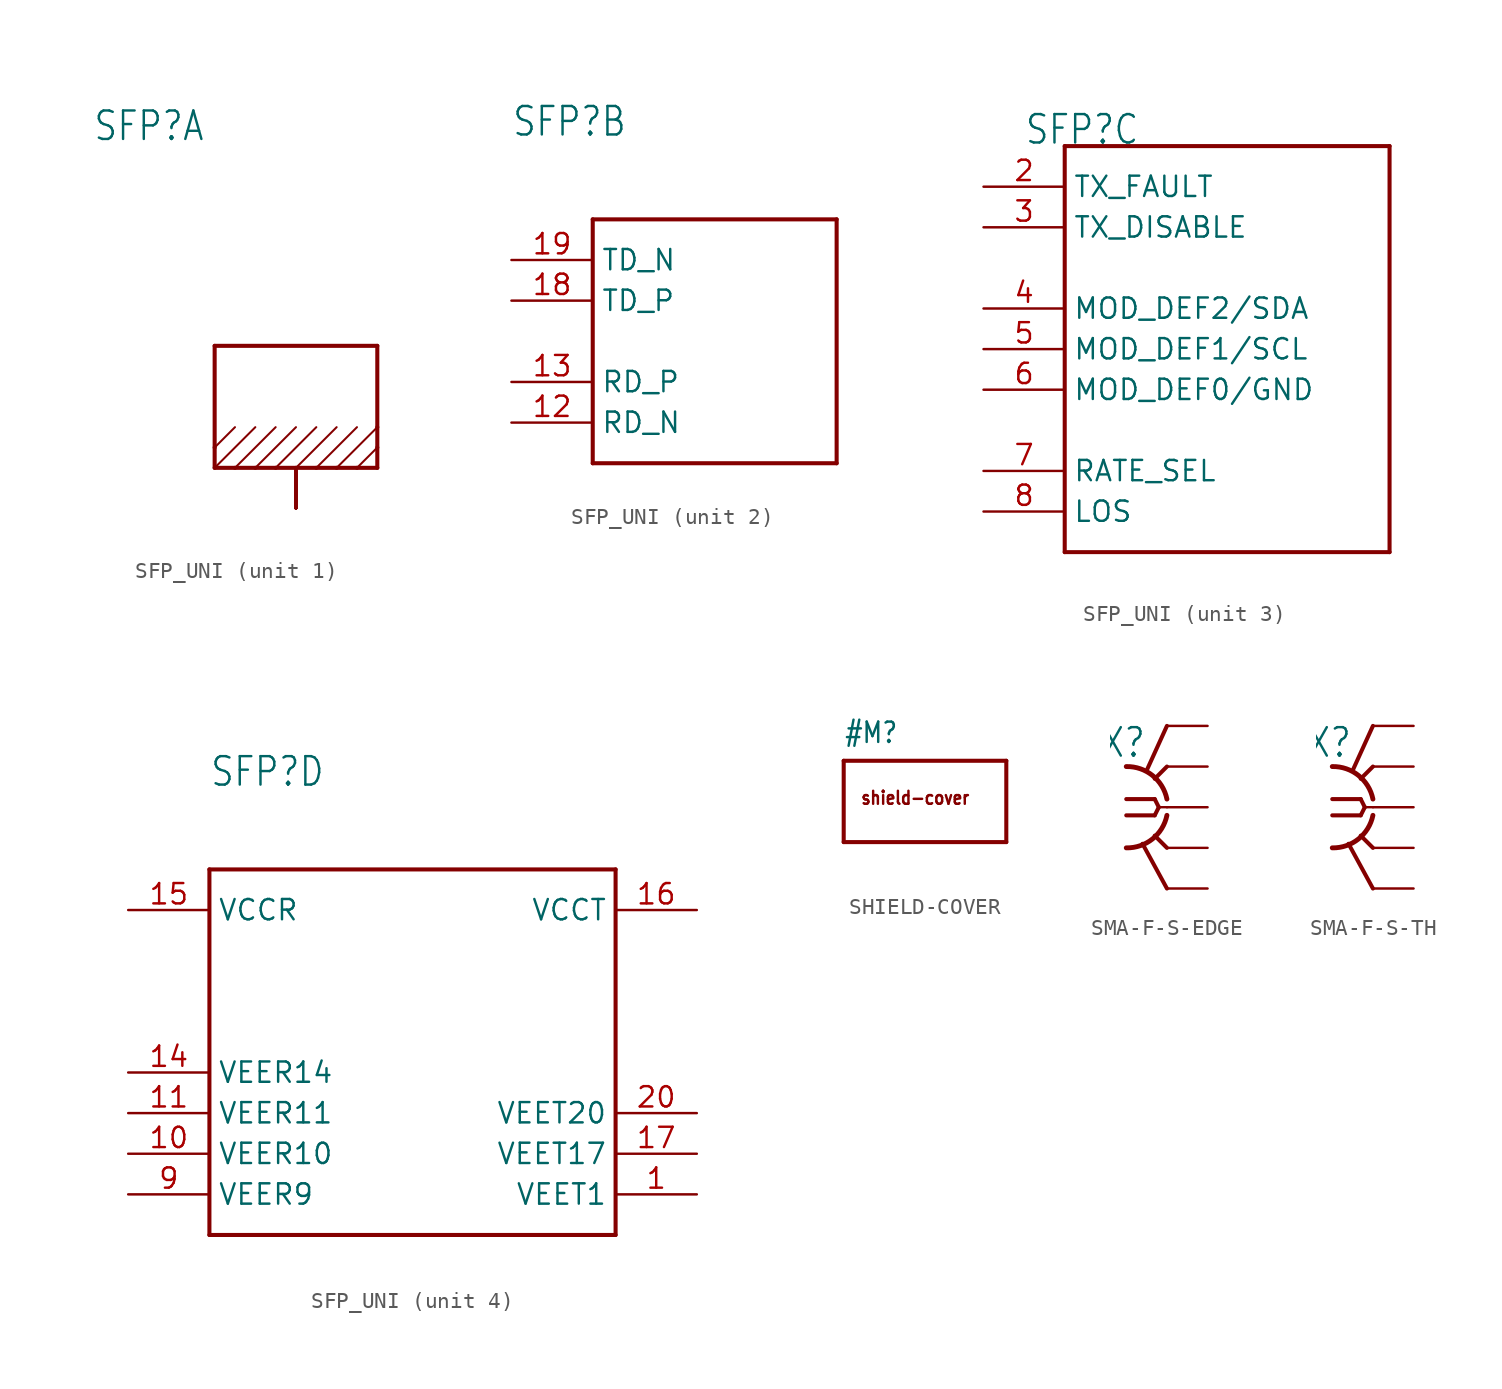
<source format=kicad_sym>
(kicad_symbol_lib
  (version 20231120)
  (generator "kicad_symbol_editor")
  (generator_version "8.0")
  (symbol "SFP_UNI"
    (property "Reference" "SFP"
      (at -12.7 12.7 0)
      (effects (font (size 1.778 1.511)) (justify left bottom)))
    (property "Value" ""
      (at -12.7 10.16 0)
      (effects (font (size 1.778 1.511)) (justify left bottom)))
    (property "ki_locked" ""
      (at 0 0 0)
      (effects (font (size 1.27 1.27))))
    (symbol "SFP_UNI_1_0"
      (polyline (pts (xy -5.08 -7.62) (xy -3.81 -7.62)) (stroke (width 0.254) (type solid)) (fill (type none)))
      (polyline (pts (xy -5.08 -7.62) (xy -2.54 -5.08)) (stroke (width 0.127) (type solid)) (fill (type none)))
      (polyline (pts (xy -5.08 -6.35) (xy -5.08 -7.62)) (stroke (width 0.254) (type solid)) (fill (type none)))
      (polyline (pts (xy -5.08 -6.35) (xy -3.81 -5.08)) (stroke (width 0.127) (type solid)) (fill (type none)))
      (polyline (pts (xy -5.08 0) (xy -5.08 -6.35)) (stroke (width 0.254) (type solid)) (fill (type none)))
      (polyline (pts (xy -3.81 -7.62) (xy -2.54 -7.62)) (stroke (width 0.254) (type solid)) (fill (type none)))
      (polyline (pts (xy -3.81 -7.62) (xy -1.27 -5.08)) (stroke (width 0.127) (type solid)) (fill (type none)))
      (polyline (pts (xy -2.54 -7.62) (xy -1.27 -7.62)) (stroke (width 0.254) (type solid)) (fill (type none)))
      (polyline (pts (xy -2.54 -7.62) (xy 0 -5.08)) (stroke (width 0.127) (type solid)) (fill (type none)))
      (polyline (pts (xy -1.27 -7.62) (xy 0 -7.62)) (stroke (width 0.254) (type solid)) (fill (type none)))
      (polyline (pts (xy 0 -7.62) (xy 1.27 -7.62)) (stroke (width 0.254) (type solid)) (fill (type none)))
      (polyline (pts (xy 0 -7.62) (xy 2.54 -5.08)) (stroke (width 0.127) (type solid)) (fill (type none)))
      (polyline (pts (xy 1.27 -7.62) (xy 2.54 -7.62)) (stroke (width 0.254) (type solid)) (fill (type none)))
      (polyline (pts (xy 1.27 -7.62) (xy 3.81 -5.08)) (stroke (width 0.127) (type solid)) (fill (type none)))
      (polyline (pts (xy 1.27 -5.08) (xy -1.27 -7.62)) (stroke (width 0.127) (type solid)) (fill (type none)))
      (polyline (pts (xy 2.54 -7.62) (xy 3.81 -7.62)) (stroke (width 0.254) (type solid)) (fill (type none)))
      (polyline (pts (xy 3.81 -7.62) (xy 5.08 -7.62)) (stroke (width 0.254) (type solid)) (fill (type none)))
      (polyline (pts (xy 3.81 -7.62) (xy 5.08 -6.35)) (stroke (width 0.127) (type solid)) (fill (type none)))
      (polyline (pts (xy 5.08 -7.62) (xy 5.08 -6.35)) (stroke (width 0.254) (type solid)) (fill (type none)))
      (polyline (pts (xy 5.08 -6.35) (xy 5.08 -5.08)) (stroke (width 0.254) (type solid)) (fill (type none)))
      (polyline (pts (xy 5.08 -5.08) (xy 2.54 -7.62)) (stroke (width 0.127) (type solid)) (fill (type none)))
      (polyline (pts (xy 5.08 -5.08) (xy 5.08 0)) (stroke (width 0.254) (type solid)) (fill (type none)))
      (polyline (pts (xy 5.08 0) (xy -5.08 0)) (stroke (width 0.254) (type solid)) (fill (type none)))
      (pin power_in line (at 0 -10.16 90) (length 2.54) (name "CAGE" (effects (font (size 0 0)))) (number "A1" (effects (font (size 0 0)))))
      (pin power_in line (at 0 -10.16 90) (length 2.54) (name "CAGE" (effects (font (size 0 0)))) (number "A10" (effects (font (size 0 0)))))
      (pin power_in line (at 0 -10.16 90) (length 2.54) (name "CAGE" (effects (font (size 0 0)))) (number "A11" (effects (font (size 0 0)))))
      (pin power_in line (at 0 -10.16 90) (length 2.54) (name "CAGE" (effects (font (size 0 0)))) (number "A12" (effects (font (size 0 0)))))
      (pin power_in line (at 0 -10.16 90) (length 2.54) (name "CAGE" (effects (font (size 0 0)))) (number "A2" (effects (font (size 0 0)))))
      (pin power_in line (at 0 -10.16 90) (length 2.54) (name "CAGE" (effects (font (size 0 0)))) (number "A3" (effects (font (size 0 0)))))
      (pin power_in line (at 0 -10.16 90) (length 2.54) (name "CAGE" (effects (font (size 0 0)))) (number "A4" (effects (font (size 0 0)))))
      (pin power_in line (at 0 -10.16 90) (length 2.54) (name "CAGE" (effects (font (size 0 0)))) (number "A5" (effects (font (size 0 0)))))
      (pin power_in line (at 0 -10.16 90) (length 2.54) (name "CAGE" (effects (font (size 0 0)))) (number "A6" (effects (font (size 0 0)))))
      (pin power_in line (at 0 -10.16 90) (length 2.54) (name "CAGE" (effects (font (size 0 0)))) (number "A7" (effects (font (size 0 0)))))
      (pin power_in line (at 0 -10.16 90) (length 2.54) (name "CAGE" (effects (font (size 0 0)))) (number "A8" (effects (font (size 0 0)))))
      (pin power_in line (at 0 -10.16 90) (length 2.54) (name "CAGE" (effects (font (size 0 0)))) (number "B1" (effects (font (size 0 0)))))
      (pin power_in line (at 0 -10.16 90) (length 2.54) (name "CAGE" (effects (font (size 0 0)))) (number "B10" (effects (font (size 0 0)))))
      (pin power_in line (at 0 -10.16 90) (length 2.54) (name "CAGE" (effects (font (size 0 0)))) (number "B2" (effects (font (size 0 0)))))
      (pin power_in line (at 0 -10.16 90) (length 2.54) (name "CAGE" (effects (font (size 0 0)))) (number "B3" (effects (font (size 0 0)))))
      (pin power_in line (at 0 -10.16 90) (length 2.54) (name "CAGE" (effects (font (size 0 0)))) (number "B4" (effects (font (size 0 0)))))
      (pin power_in line (at 0 -10.16 90) (length 2.54) (name "CAGE" (effects (font (size 0 0)))) (number "B5" (effects (font (size 0 0)))))
      (pin power_in line (at 0 -10.16 90) (length 2.54) (name "CAGE" (effects (font (size 0 0)))) (number "B6" (effects (font (size 0 0)))))
      (pin power_in line (at 0 -10.16 90) (length 2.54) (name "CAGE" (effects (font (size 0 0)))) (number "B7" (effects (font (size 0 0)))))
      (pin power_in line (at 0 -10.16 90) (length 2.54) (name "CAGE" (effects (font (size 0 0)))) (number "B8" (effects (font (size 0 0))))))
    (symbol "SFP_UNI_2_0"
      (polyline (pts (xy -7.62 -7.62) (xy 7.62 -7.62)) (stroke (width 0.254) (type solid)) (fill (type none)))
      (polyline (pts (xy -7.62 7.62) (xy -7.62 -7.62)) (stroke (width 0.254) (type solid)) (fill (type none)))
      (polyline (pts (xy 7.62 -7.62) (xy 7.62 7.62)) (stroke (width 0.254) (type solid)) (fill (type none)))
      (polyline (pts (xy 7.62 7.62) (xy -7.62 7.62)) (stroke (width 0.254) (type solid)) (fill (type none)))
      (pin output line (at -12.7 -5.08 0) (length 5.08) (name "RD_N" (effects (font (size 1.27 1.27)))) (number "12" (effects (font (size 1.27 1.27)))))
      (pin output line (at -12.7 -2.54 0) (length 5.08) (name "RD_P" (effects (font (size 1.27 1.27)))) (number "13" (effects (font (size 1.27 1.27)))))
      (pin input line (at -12.7 2.54 0) (length 5.08) (name "TD_P" (effects (font (size 1.27 1.27)))) (number "18" (effects (font (size 1.27 1.27)))))
      (pin input line (at -12.7 5.08 0) (length 5.08) (name "TD_N" (effects (font (size 1.27 1.27)))) (number "19" (effects (font (size 1.27 1.27))))))
    (symbol "SFP_UNI_3_0"
      (polyline (pts (xy -10.16 -12.7) (xy 10.16 -12.7)) (stroke (width 0.254) (type solid)) (fill (type none)))
      (polyline (pts (xy -10.16 12.7) (xy -10.16 -12.7)) (stroke (width 0.254) (type solid)) (fill (type none)))
      (polyline (pts (xy 10.16 -12.7) (xy 10.16 12.7)) (stroke (width 0.254) (type solid)) (fill (type none)))
      (polyline (pts (xy 10.16 12.7) (xy -10.16 12.7)) (stroke (width 0.254) (type solid)) (fill (type none)))
      (pin output line (at -15.24 10.16 0) (length 5.08) (name "TX_FAULT" (effects (font (size 1.27 1.27)))) (number "2" (effects (font (size 1.27 1.27)))))
      (pin input line (at -15.24 7.62 0) (length 5.08) (name "TX_DISABLE" (effects (font (size 1.27 1.27)))) (number "3" (effects (font (size 1.27 1.27)))))
      (pin bidirectional line (at -15.24 2.54 0) (length 5.08) (name "MOD_DEF2/SDA" (effects (font (size 1.27 1.27)))) (number "4" (effects (font (size 1.27 1.27)))))
      (pin bidirectional line (at -15.24 0 0) (length 5.08) (name "MOD_DEF1/SCL" (effects (font (size 1.27 1.27)))) (number "5" (effects (font (size 1.27 1.27)))))
      (pin passive line (at -15.24 -2.54 0) (length 5.08) (name "MOD_DEF0/GND" (effects (font (size 1.27 1.27)))) (number "6" (effects (font (size 1.27 1.27)))))
      (pin input line (at -15.24 -7.62 0) (length 5.08) (name "RATE_SEL" (effects (font (size 1.27 1.27)))) (number "7" (effects (font (size 1.27 1.27)))))
      (pin output line (at -15.24 -10.16 0) (length 5.08) (name "LOS" (effects (font (size 1.27 1.27)))) (number "8" (effects (font (size 1.27 1.27))))))
    (symbol "SFP_UNI_4_0"
      (polyline (pts (xy -12.7 -15.24) (xy 12.7 -15.24)) (stroke (width 0.254) (type solid)) (fill (type none)))
      (polyline (pts (xy -12.7 7.62) (xy -12.7 -15.24)) (stroke (width 0.254) (type solid)) (fill (type none)))
      (polyline (pts (xy 12.7 -15.24) (xy 12.7 7.62)) (stroke (width 0.254) (type solid)) (fill (type none)))
      (polyline (pts (xy 12.7 7.62) (xy -12.7 7.62)) (stroke (width 0.254) (type solid)) (fill (type none)))
      (pin power_in line (at 17.78 -12.7 180) (length 5.08) (name "VEET1" (effects (font (size 1.27 1.27)))) (number "1" (effects (font (size 1.27 1.27)))))
      (pin power_in line (at -17.78 -10.16 0) (length 5.08) (name "VEER10" (effects (font (size 1.27 1.27)))) (number "10" (effects (font (size 1.27 1.27)))))
      (pin power_in line (at -17.78 -7.62 0) (length 5.08) (name "VEER11" (effects (font (size 1.27 1.27)))) (number "11" (effects (font (size 1.27 1.27)))))
      (pin power_in line (at -17.78 -5.08 0) (length 5.08) (name "VEER14" (effects (font (size 1.27 1.27)))) (number "14" (effects (font (size 1.27 1.27)))))
      (pin power_in line (at -17.78 5.08 0) (length 5.08) (name "VCCR" (effects (font (size 1.27 1.27)))) (number "15" (effects (font (size 1.27 1.27)))))
      (pin power_in line (at 17.78 5.08 180) (length 5.08) (name "VCCT" (effects (font (size 1.27 1.27)))) (number "16" (effects (font (size 1.27 1.27)))))
      (pin power_in line (at 17.78 -10.16 180) (length 5.08) (name "VEET17" (effects (font (size 1.27 1.27)))) (number "17" (effects (font (size 1.27 1.27)))))
      (pin power_in line (at 17.78 -7.62 180) (length 5.08) (name "VEET20" (effects (font (size 1.27 1.27)))) (number "20" (effects (font (size 1.27 1.27)))))
      (pin power_in line (at -17.78 -12.7 0) (length 5.08) (name "VEER9" (effects (font (size 1.27 1.27)))) (number "9" (effects (font (size 1.27 1.27)))))))
  (symbol "SHIELD-COVER"
    (property "Reference" "#M"
      (at -5.08 6.096 0)
      (effects (font (size 1.27 1.079)) (justify left bottom)))
    (property "Value" ""
      (at -5.08 -2.032 0)
      (effects (font (size 1.27 1.079)) (justify left bottom)))
    (property "ki_locked" ""
      (at 0 0 0)
      (effects (font (size 1.27 1.27))))
    (symbol "SHIELD-COVER_1_0"
      (polyline (pts (xy -5.08 0) (xy -5.08 5.08)) (stroke (width 0.254) (type solid)) (fill (type none)))
      (polyline (pts (xy -5.08 5.08) (xy 5.08 5.08)) (stroke (width 0.254) (type solid)) (fill (type none)))
      (polyline (pts (xy 5.08 0) (xy -5.08 0)) (stroke (width 0.254) (type solid)) (fill (type none)))
      (polyline (pts (xy 5.08 5.08) (xy 5.08 0)) (stroke (width 0.254) (type solid)) (fill (type none)))
      (text "shield-cover" (at -4.064 2.286 0) (effects (font (size 0.813 0.691)) (justify left bottom)))))
  (symbol "SMA-F-S-EDGE"
    (property "Reference" "X"
      (at -1.27 5.08 0)
      (effects (font (size 1.778 1.511)) (justify right top)))
    (property "Value" ""
      (at -1.27 -3.81 0)
      (effects (font (size 1.778 1.511)) (justify right top)))
    (property "ki_locked" ""
      (at 0 0 0)
      (effects (font (size 1.27 1.27))))
    (symbol "SMA-F-S-EDGE_1_0"
      (arc (start -2.54 -2.54) (mid -0.9022 -1.9838) (end 0 -0.508) (stroke (width 0.3048) (type solid)) (fill (type none)))
      (polyline (pts (xy -2.54 0.508) (xy -0.762 0.508)) (stroke (width 0.254) (type solid)) (fill (type none)))
      (polyline (pts (xy -1.524 -2.286) (xy 0 -5.08)) (stroke (width 0.254) (type solid)) (fill (type none)))
      (polyline (pts (xy -1.27 2.286) (xy 0 5.08)) (stroke (width 0.254) (type solid)) (fill (type none)))
      (polyline (pts (xy -0.762 -0.508) (xy -2.54 -0.508)) (stroke (width 0.254) (type solid)) (fill (type none)))
      (polyline (pts (xy -0.762 0.508) (xy -0.508 0)) (stroke (width 0.254) (type solid)) (fill (type none)))
      (polyline (pts (xy -0.508 0) (xy -0.762 -0.508)) (stroke (width 0.254) (type solid)) (fill (type none)))
      (polyline (pts (xy 0 -2.54) (xy -0.762 -1.778)) (stroke (width 0.254) (type solid)) (fill (type none)))
      (polyline (pts (xy 0 0) (xy -0.508 0)) (stroke (width 0.152) (type solid)) (fill (type none)))
      (polyline (pts (xy 0 2.54) (xy -0.762 1.778)) (stroke (width 0.254) (type solid)) (fill (type none)))
      (arc (start 0 0.508) (mid -0.9022 1.9838) (end -2.54 2.54) (stroke (width 0.3048) (type solid)) (fill (type none)))
      (pin power_in line (at 2.54 5.08 180) (length 2.54) (name "GND@1" (effects (font (size 0 0)))) (number "BG1" (effects (font (size 0 0)))))
      (pin power_in line (at 2.54 -5.08 180) (length 2.54) (name "GND@4" (effects (font (size 0 0)))) (number "BG2" (effects (font (size 0 0)))))
      (pin passive line (at 2.54 0 180) (length 2.54) (name "1" (effects (font (size 0 0)))) (number "C" (effects (font (size 0 0)))))
      (pin power_in line (at 2.54 2.54 180) (length 2.54) (name "GND@2" (effects (font (size 0 0)))) (number "TG1" (effects (font (size 0 0)))))
      (pin power_in line (at 2.54 -2.54 180) (length 2.54) (name "GND@3" (effects (font (size 0 0)))) (number "TG2" (effects (font (size 0 0)))))))
  (symbol "SMA-F-S-TH"
    (property "Reference" "X"
      (at -1.27 5.08 0)
      (effects (font (size 1.778 1.511)) (justify right top)))
    (property "Value" ""
      (at -1.27 -3.81 0)
      (effects (font (size 1.778 1.511)) (justify right top)))
    (property "ki_locked" ""
      (at 0 0 0)
      (effects (font (size 1.27 1.27))))
    (symbol "SMA-F-S-TH_1_0"
      (arc (start -2.54 -2.54) (mid -0.9022 -1.9838) (end 0 -0.508) (stroke (width 0.3048) (type solid)) (fill (type none)))
      (polyline (pts (xy -2.54 0.508) (xy -0.762 0.508)) (stroke (width 0.254) (type solid)) (fill (type none)))
      (polyline (pts (xy -1.524 -2.286) (xy 0 -5.08)) (stroke (width 0.254) (type solid)) (fill (type none)))
      (polyline (pts (xy -1.27 2.286) (xy 0 5.08)) (stroke (width 0.254) (type solid)) (fill (type none)))
      (polyline (pts (xy -0.762 -0.508) (xy -2.54 -0.508)) (stroke (width 0.254) (type solid)) (fill (type none)))
      (polyline (pts (xy -0.762 0.508) (xy -0.508 0)) (stroke (width 0.254) (type solid)) (fill (type none)))
      (polyline (pts (xy -0.508 0) (xy -0.762 -0.508)) (stroke (width 0.254) (type solid)) (fill (type none)))
      (polyline (pts (xy 0 -2.54) (xy -0.762 -1.778)) (stroke (width 0.254) (type solid)) (fill (type none)))
      (polyline (pts (xy 0 0) (xy -0.508 0)) (stroke (width 0.152) (type solid)) (fill (type none)))
      (polyline (pts (xy 0 2.54) (xy -0.762 1.778)) (stroke (width 0.254) (type solid)) (fill (type none)))
      (arc (start 0 0.508) (mid -0.9022 1.9838) (end -2.54 2.54) (stroke (width 0.3048) (type solid)) (fill (type none)))
      (pin passive line (at 2.54 0 180) (length 2.54) (name "1" (effects (font (size 0 0)))) (number "C" (effects (font (size 0 0)))))
      (pin power_in line (at 2.54 5.08 180) (length 2.54) (name "GND@1" (effects (font (size 0 0)))) (number "G1" (effects (font (size 0 0)))))
      (pin power_in line (at 2.54 2.54 180) (length 2.54) (name "GND@2" (effects (font (size 0 0)))) (number "G2" (effects (font (size 0 0)))))
      (pin power_in line (at 2.54 -2.54 180) (length 2.54) (name "GND@3" (effects (font (size 0 0)))) (number "G3" (effects (font (size 0 0)))))
      (pin power_in line (at 2.54 -5.08 180) (length 2.54) (name "GND@4" (effects (font (size 0 0)))) (number "G4" (effects (font (size 0 0))))))))
</source>
